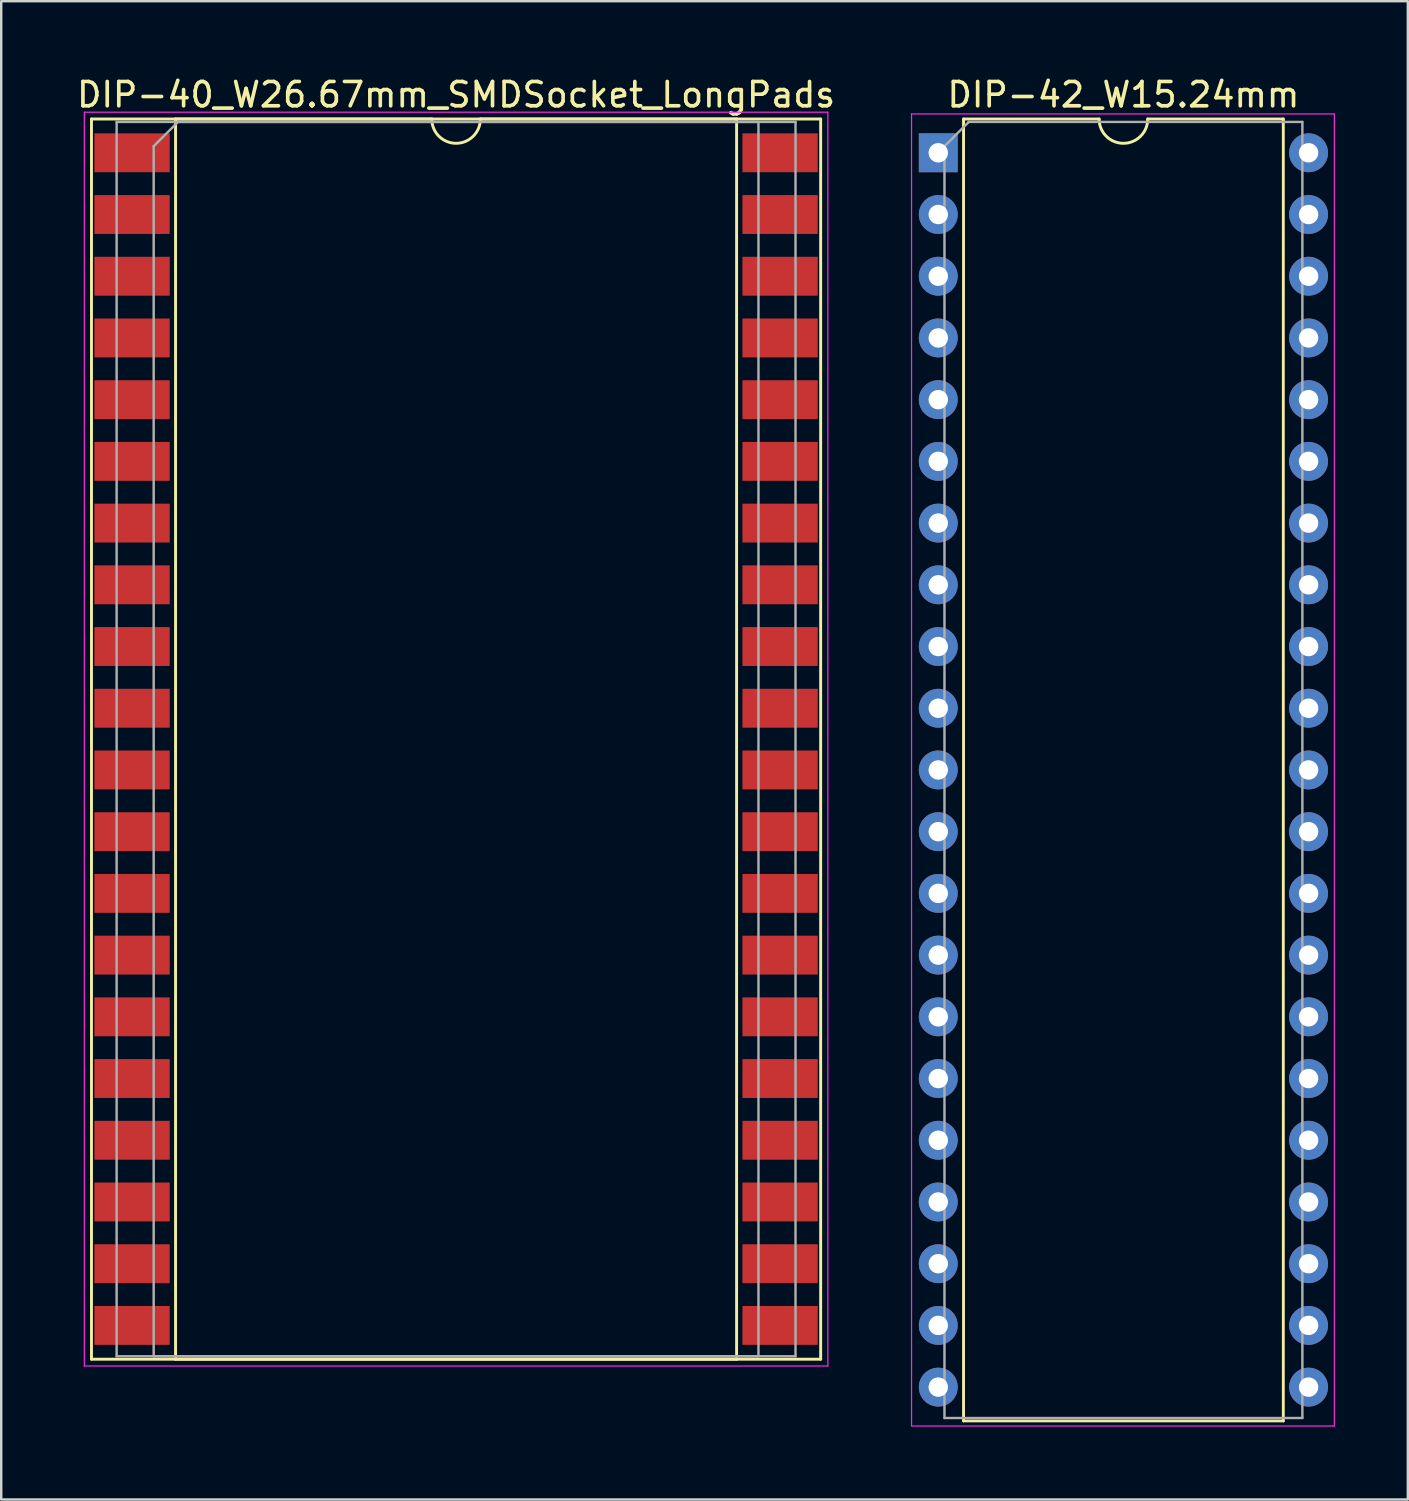
<source format=kicad_pcb>
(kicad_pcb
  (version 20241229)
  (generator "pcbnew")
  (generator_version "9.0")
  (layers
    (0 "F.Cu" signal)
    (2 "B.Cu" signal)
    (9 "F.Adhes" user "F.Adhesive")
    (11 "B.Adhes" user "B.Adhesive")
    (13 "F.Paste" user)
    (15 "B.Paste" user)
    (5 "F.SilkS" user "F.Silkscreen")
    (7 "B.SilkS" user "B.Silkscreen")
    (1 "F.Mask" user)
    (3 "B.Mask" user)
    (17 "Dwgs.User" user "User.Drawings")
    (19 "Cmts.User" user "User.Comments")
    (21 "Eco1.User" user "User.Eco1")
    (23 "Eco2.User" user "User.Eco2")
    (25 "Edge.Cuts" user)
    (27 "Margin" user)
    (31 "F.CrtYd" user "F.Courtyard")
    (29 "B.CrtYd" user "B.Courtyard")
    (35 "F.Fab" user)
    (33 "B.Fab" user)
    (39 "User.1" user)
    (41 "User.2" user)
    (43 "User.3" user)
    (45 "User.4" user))
  (footprint "DIP-40_W26.67mm_SMDSocket_LongPads"
    (layer "F.Cu")
    (at 15.72 27.368)
    (property "Reference" "DIP-40_W26.67mm_SMDSocket_LongPads" (at 0 -26.52 0) (layer "F.SilkS") (effects (font (size 1 1) (thickness 0.15))))
    (attr smd)
    (fp_line (start -15.005 -25.52) (end -15.005 25.52) (stroke (width 0.12) (type solid)) (layer "F.SilkS"))
    (fp_line (start -15.005 25.52) (end 15.005 25.52) (stroke (width 0.12) (type solid)) (layer "F.SilkS"))
    (fp_line (start -11.545 -25.52) (end -11.545 25.52) (stroke (width 0.12) (type solid)) (layer "F.SilkS"))
    (fp_line (start -11.545 25.52) (end 11.545 25.52) (stroke (width 0.12) (type solid)) (layer "F.SilkS"))
    (fp_line (start -1 -25.52) (end -11.545 -25.52) (stroke (width 0.12) (type solid)) (layer "F.SilkS"))
    (fp_line (start 11.545 -25.52) (end 1 -25.52) (stroke (width 0.12) (type solid)) (layer "F.SilkS"))
    (fp_line (start 11.545 25.52) (end 11.545 -25.52) (stroke (width 0.12) (type solid)) (layer "F.SilkS"))
    (fp_line (start 15.005 -25.52) (end -15.005 -25.52) (stroke (width 0.12) (type solid)) (layer "F.SilkS"))
    (fp_line (start 15.005 25.52) (end 15.005 -25.52) (stroke (width 0.12) (type solid)) (layer "F.SilkS"))
    (fp_arc (start 1 -25.52) (mid 0 -24.52) (end -1 -25.52) (stroke (width 0.12) (type solid)) (layer "F.SilkS"))
    (fp_line (start -15.3 -25.8) (end -15.3 25.8) (stroke (width 0.05) (type solid)) (layer "F.CrtYd"))
    (fp_line (start -15.3 25.8) (end 15.3 25.8) (stroke (width 0.05) (type solid)) (layer "F.CrtYd"))
    (fp_line (start 15.3 -25.8) (end -15.3 -25.8) (stroke (width 0.05) (type solid)) (layer "F.CrtYd"))
    (fp_line (start 15.3 25.8) (end 15.3 -25.8) (stroke (width 0.05) (type solid)) (layer "F.CrtYd"))
    (fp_line (start -13.97 -25.4) (end -13.97 25.4) (stroke (width 0.1) (type solid)) (layer "F.Fab"))
    (fp_line (start -13.97 25.4) (end 13.97 25.4) (stroke (width 0.1) (type solid)) (layer "F.Fab"))
    (fp_line (start -12.445 -24.4) (end -11.445 -25.4) (stroke (width 0.1) (type solid)) (layer "F.Fab"))
    (fp_line (start -12.445 25.4) (end -12.445 -24.4) (stroke (width 0.1) (type solid)) (layer "F.Fab"))
    (fp_line (start -11.445 -25.4) (end 12.445 -25.4) (stroke (width 0.1) (type solid)) (layer "F.Fab"))
    (fp_line (start 12.445 -25.4) (end 12.445 25.4) (stroke (width 0.1) (type solid)) (layer "F.Fab"))
    (fp_line (start 12.445 25.4) (end -12.445 25.4) (stroke (width 0.1) (type solid)) (layer "F.Fab"))
    (fp_line (start 13.97 -25.4) (end -13.97 -25.4) (stroke (width 0.1) (type solid)) (layer "F.Fab"))
    (fp_line (start 13.97 25.4) (end 13.97 -25.4) (stroke (width 0.1) (type solid)) (layer "F.Fab"))
    (pad "1" smd rect (at -13.335 -24.13) (size 3.1 1.6) (layers "F.Cu" "F.Mask"))
    (pad "2" smd rect (at -13.335 -21.59) (size 3.1 1.6) (layers "F.Cu" "F.Mask"))
    (pad "3" smd rect (at -13.335 -19.05) (size 3.1 1.6) (layers "F.Cu" "F.Mask"))
    (pad "4" smd rect (at -13.335 -16.51) (size 3.1 1.6) (layers "F.Cu" "F.Mask"))
    (pad "5" smd rect (at -13.335 -13.97) (size 3.1 1.6) (layers "F.Cu" "F.Mask"))
    (pad "6" smd rect (at -13.335 -11.43) (size 3.1 1.6) (layers "F.Cu" "F.Mask"))
    (pad "7" smd rect (at -13.335 -8.89) (size 3.1 1.6) (layers "F.Cu" "F.Mask"))
    (pad "8" smd rect (at -13.335 -6.35) (size 3.1 1.6) (layers "F.Cu" "F.Mask"))
    (pad "9" smd rect (at -13.335 -3.81) (size 3.1 1.6) (layers "F.Cu" "F.Mask"))
    (pad "10" smd rect (at -13.335 -1.27) (size 3.1 1.6) (layers "F.Cu" "F.Mask"))
    (pad "11" smd rect (at -13.335 1.27) (size 3.1 1.6) (layers "F.Cu" "F.Mask"))
    (pad "12" smd rect (at -13.335 3.81) (size 3.1 1.6) (layers "F.Cu" "F.Mask"))
    (pad "13" smd rect (at -13.335 6.35) (size 3.1 1.6) (layers "F.Cu" "F.Mask"))
    (pad "14" smd rect (at -13.335 8.89) (size 3.1 1.6) (layers "F.Cu" "F.Mask"))
    (pad "15" smd rect (at -13.335 11.43) (size 3.1 1.6) (layers "F.Cu" "F.Mask"))
    (pad "16" smd rect (at -13.335 13.97) (size 3.1 1.6) (layers "F.Cu" "F.Mask"))
    (pad "17" smd rect (at -13.335 16.51) (size 3.1 1.6) (layers "F.Cu" "F.Mask"))
    (pad "18" smd rect (at -13.335 19.05) (size 3.1 1.6) (layers "F.Cu" "F.Mask"))
    (pad "19" smd rect (at -13.335 21.59) (size 3.1 1.6) (layers "F.Cu" "F.Mask"))
    (pad "20" smd rect (at -13.335 24.13) (size 3.1 1.6) (layers "F.Cu" "F.Mask"))
    (pad "21" smd rect (at 13.335 24.13) (size 3.1 1.6) (layers "F.Cu" "F.Mask"))
    (pad "22" smd rect (at 13.335 21.59) (size 3.1 1.6) (layers "F.Cu" "F.Mask"))
    (pad "23" smd rect (at 13.335 19.05) (size 3.1 1.6) (layers "F.Cu" "F.Mask"))
    (pad "24" smd rect (at 13.335 16.51) (size 3.1 1.6) (layers "F.Cu" "F.Mask"))
    (pad "25" smd rect (at 13.335 13.97) (size 3.1 1.6) (layers "F.Cu" "F.Mask"))
    (pad "26" smd rect (at 13.335 11.43) (size 3.1 1.6) (layers "F.Cu" "F.Mask"))
    (pad "27" smd rect (at 13.335 8.89) (size 3.1 1.6) (layers "F.Cu" "F.Mask"))
    (pad "28" smd rect (at 13.335 6.35) (size 3.1 1.6) (layers "F.Cu" "F.Mask"))
    (pad "29" smd rect (at 13.335 3.81) (size 3.1 1.6) (layers "F.Cu" "F.Mask"))
    (pad "30" smd rect (at 13.335 1.27) (size 3.1 1.6) (layers "F.Cu" "F.Mask"))
    (pad "31" smd rect (at 13.335 -1.27) (size 3.1 1.6) (layers "F.Cu" "F.Mask"))
    (pad "32" smd rect (at 13.335 -3.81) (size 3.1 1.6) (layers "F.Cu" "F.Mask"))
    (pad "33" smd rect (at 13.335 -6.35) (size 3.1 1.6) (layers "F.Cu" "F.Mask"))
    (pad "34" smd rect (at 13.335 -8.89) (size 3.1 1.6) (layers "F.Cu" "F.Mask"))
    (pad "35" smd rect (at 13.335 -11.43) (size 3.1 1.6) (layers "F.Cu" "F.Mask"))
    (pad "36" smd rect (at 13.335 -13.97) (size 3.1 1.6) (layers "F.Cu" "F.Mask"))
    (pad "37" smd rect (at 13.335 -16.51) (size 3.1 1.6) (layers "F.Cu" "F.Mask"))
    (pad "38" smd rect (at 13.335 -19.05) (size 3.1 1.6) (layers "F.Cu" "F.Mask"))
    (pad "39" smd rect (at 13.335 -21.59) (size 3.1 1.6) (layers "F.Cu" "F.Mask"))
    (pad "40" smd rect (at 13.335 -24.13) (size 3.1 1.6) (layers "F.Cu" "F.Mask")))
  (footprint "DIP-42_W15.24mm"
    (layer "F.Cu")
    (at 35.565 3.238)
    (property "Reference" "DIP-42_W15.24mm" (at 7.62 -2.39 0) (layer "F.SilkS") (effects (font (size 1 1) (thickness 0.15))))
    (attr through_hole)
    (fp_line (start 1.04 -1.39) (end 1.04 52.19) (stroke (width 0.12) (type solid)) (layer "F.SilkS"))
    (fp_line (start 1.04 52.19) (end 14.2 52.19) (stroke (width 0.12) (type solid)) (layer "F.SilkS"))
    (fp_line (start 6.62 -1.39) (end 1.04 -1.39) (stroke (width 0.12) (type solid)) (layer "F.SilkS"))
    (fp_line (start 14.2 -1.39) (end 8.62 -1.39) (stroke (width 0.12) (type solid)) (layer "F.SilkS"))
    (fp_line (start 14.2 52.19) (end 14.2 -1.39) (stroke (width 0.12) (type solid)) (layer "F.SilkS"))
    (fp_arc (start 8.62 -1.39) (mid 7.62 -0.39) (end 6.62 -1.39) (stroke (width 0.12) (type solid)) (layer "F.SilkS"))
    (fp_line (start -1.1 -1.6) (end -1.1 52.4) (stroke (width 0.05) (type solid)) (layer "F.CrtYd"))
    (fp_line (start -1.1 52.4) (end 16.3 52.4) (stroke (width 0.05) (type solid)) (layer "F.CrtYd"))
    (fp_line (start 16.3 -1.6) (end -1.1 -1.6) (stroke (width 0.05) (type solid)) (layer "F.CrtYd"))
    (fp_line (start 16.3 52.4) (end 16.3 -1.6) (stroke (width 0.05) (type solid)) (layer "F.CrtYd"))
    (fp_line (start 0.255 -0.27) (end 1.255 -1.27) (stroke (width 0.1) (type solid)) (layer "F.Fab"))
    (fp_line (start 0.255 52.07) (end 0.255 -0.27) (stroke (width 0.1) (type solid)) (layer "F.Fab"))
    (fp_line (start 1.255 -1.27) (end 14.985 -1.27) (stroke (width 0.1) (type solid)) (layer "F.Fab"))
    (fp_line (start 14.985 -1.27) (end 14.985 52.07) (stroke (width 0.1) (type solid)) (layer "F.Fab"))
    (fp_line (start 14.985 52.07) (end 0.255 52.07) (stroke (width 0.1) (type solid)) (layer "F.Fab"))
    (pad "1" thru_hole rect (at 0 0) (size 1.6 1.6) (drill 0.8) (layers "*.Cu" "*.Mask"))
    (pad "2" thru_hole oval (at 0 2.54) (size 1.6 1.6) (drill 0.8) (layers "*.Cu" "*.Mask"))
    (pad "3" thru_hole oval (at 0 5.08) (size 1.6 1.6) (drill 0.8) (layers "*.Cu" "*.Mask"))
    (pad "4" thru_hole oval (at 0 7.62) (size 1.6 1.6) (drill 0.8) (layers "*.Cu" "*.Mask"))
    (pad "5" thru_hole oval (at 0 10.16) (size 1.6 1.6) (drill 0.8) (layers "*.Cu" "*.Mask"))
    (pad "6" thru_hole oval (at 0 12.7) (size 1.6 1.6) (drill 0.8) (layers "*.Cu" "*.Mask"))
    (pad "7" thru_hole oval (at 0 15.24) (size 1.6 1.6) (drill 0.8) (layers "*.Cu" "*.Mask"))
    (pad "8" thru_hole oval (at 0 17.78) (size 1.6 1.6) (drill 0.8) (layers "*.Cu" "*.Mask"))
    (pad "9" thru_hole oval (at 0 20.32) (size 1.6 1.6) (drill 0.8) (layers "*.Cu" "*.Mask"))
    (pad "10" thru_hole oval (at 0 22.86) (size 1.6 1.6) (drill 0.8) (layers "*.Cu" "*.Mask"))
    (pad "11" thru_hole oval (at 0 25.4) (size 1.6 1.6) (drill 0.8) (layers "*.Cu" "*.Mask"))
    (pad "12" thru_hole oval (at 0 27.94) (size 1.6 1.6) (drill 0.8) (layers "*.Cu" "*.Mask"))
    (pad "13" thru_hole oval (at 0 30.48) (size 1.6 1.6) (drill 0.8) (layers "*.Cu" "*.Mask"))
    (pad "14" thru_hole oval (at 0 33.02) (size 1.6 1.6) (drill 0.8) (layers "*.Cu" "*.Mask"))
    (pad "15" thru_hole oval (at 0 35.56) (size 1.6 1.6) (drill 0.8) (layers "*.Cu" "*.Mask"))
    (pad "16" thru_hole oval (at 0 38.1) (size 1.6 1.6) (drill 0.8) (layers "*.Cu" "*.Mask"))
    (pad "17" thru_hole oval (at 0 40.64) (size 1.6 1.6) (drill 0.8) (layers "*.Cu" "*.Mask"))
    (pad "18" thru_hole oval (at 0 43.18) (size 1.6 1.6) (drill 0.8) (layers "*.Cu" "*.Mask"))
    (pad "19" thru_hole oval (at 0 45.72) (size 1.6 1.6) (drill 0.8) (layers "*.Cu" "*.Mask"))
    (pad "20" thru_hole oval (at 0 48.26) (size 1.6 1.6) (drill 0.8) (layers "*.Cu" "*.Mask"))
    (pad "21" thru_hole oval (at 0 50.8) (size 1.6 1.6) (drill 0.8) (layers "*.Cu" "*.Mask"))
    (pad "22" thru_hole oval (at 15.24 50.8) (size 1.6 1.6) (drill 0.8) (layers "*.Cu" "*.Mask"))
    (pad "23" thru_hole oval (at 15.24 48.26) (size 1.6 1.6) (drill 0.8) (layers "*.Cu" "*.Mask"))
    (pad "24" thru_hole oval (at 15.24 45.72) (size 1.6 1.6) (drill 0.8) (layers "*.Cu" "*.Mask"))
    (pad "25" thru_hole oval (at 15.24 43.18) (size 1.6 1.6) (drill 0.8) (layers "*.Cu" "*.Mask"))
    (pad "26" thru_hole oval (at 15.24 40.64) (size 1.6 1.6) (drill 0.8) (layers "*.Cu" "*.Mask"))
    (pad "27" thru_hole oval (at 15.24 38.1) (size 1.6 1.6) (drill 0.8) (layers "*.Cu" "*.Mask"))
    (pad "28" thru_hole oval (at 15.24 35.56) (size 1.6 1.6) (drill 0.8) (layers "*.Cu" "*.Mask"))
    (pad "29" thru_hole oval (at 15.24 33.02) (size 1.6 1.6) (drill 0.8) (layers "*.Cu" "*.Mask"))
    (pad "30" thru_hole oval (at 15.24 30.48) (size 1.6 1.6) (drill 0.8) (layers "*.Cu" "*.Mask"))
    (pad "31" thru_hole oval (at 15.24 27.94) (size 1.6 1.6) (drill 0.8) (layers "*.Cu" "*.Mask"))
    (pad "32" thru_hole oval (at 15.24 25.4) (size 1.6 1.6) (drill 0.8) (layers "*.Cu" "*.Mask"))
    (pad "33" thru_hole oval (at 15.24 22.86) (size 1.6 1.6) (drill 0.8) (layers "*.Cu" "*.Mask"))
    (pad "34" thru_hole oval (at 15.24 20.32) (size 1.6 1.6) (drill 0.8) (layers "*.Cu" "*.Mask"))
    (pad "35" thru_hole oval (at 15.24 17.78) (size 1.6 1.6) (drill 0.8) (layers "*.Cu" "*.Mask"))
    (pad "36" thru_hole oval (at 15.24 15.24) (size 1.6 1.6) (drill 0.8) (layers "*.Cu" "*.Mask"))
    (pad "37" thru_hole oval (at 15.24 12.7) (size 1.6 1.6) (drill 0.8) (layers "*.Cu" "*.Mask"))
    (pad "38" thru_hole oval (at 15.24 10.16) (size 1.6 1.6) (drill 0.8) (layers "*.Cu" "*.Mask"))
    (pad "39" thru_hole oval (at 15.24 7.62) (size 1.6 1.6) (drill 0.8) (layers "*.Cu" "*.Mask"))
    (pad "40" thru_hole oval (at 15.24 5.08) (size 1.6 1.6) (drill 0.8) (layers "*.Cu" "*.Mask"))
    (pad "41" thru_hole oval (at 15.24 2.54) (size 1.6 1.6) (drill 0.8) (layers "*.Cu" "*.Mask"))
    (pad "42" thru_hole oval (at 15.24 0) (size 1.6 1.6) (drill 0.8) (layers "*.Cu" "*.Mask")))
  (gr_rect
    (start -3 -3)
    (end 54.89 58.663)
    (stroke (width 0.1) (type default))
    (fill no)
    (layer "Edge.Cuts")))
</source>
